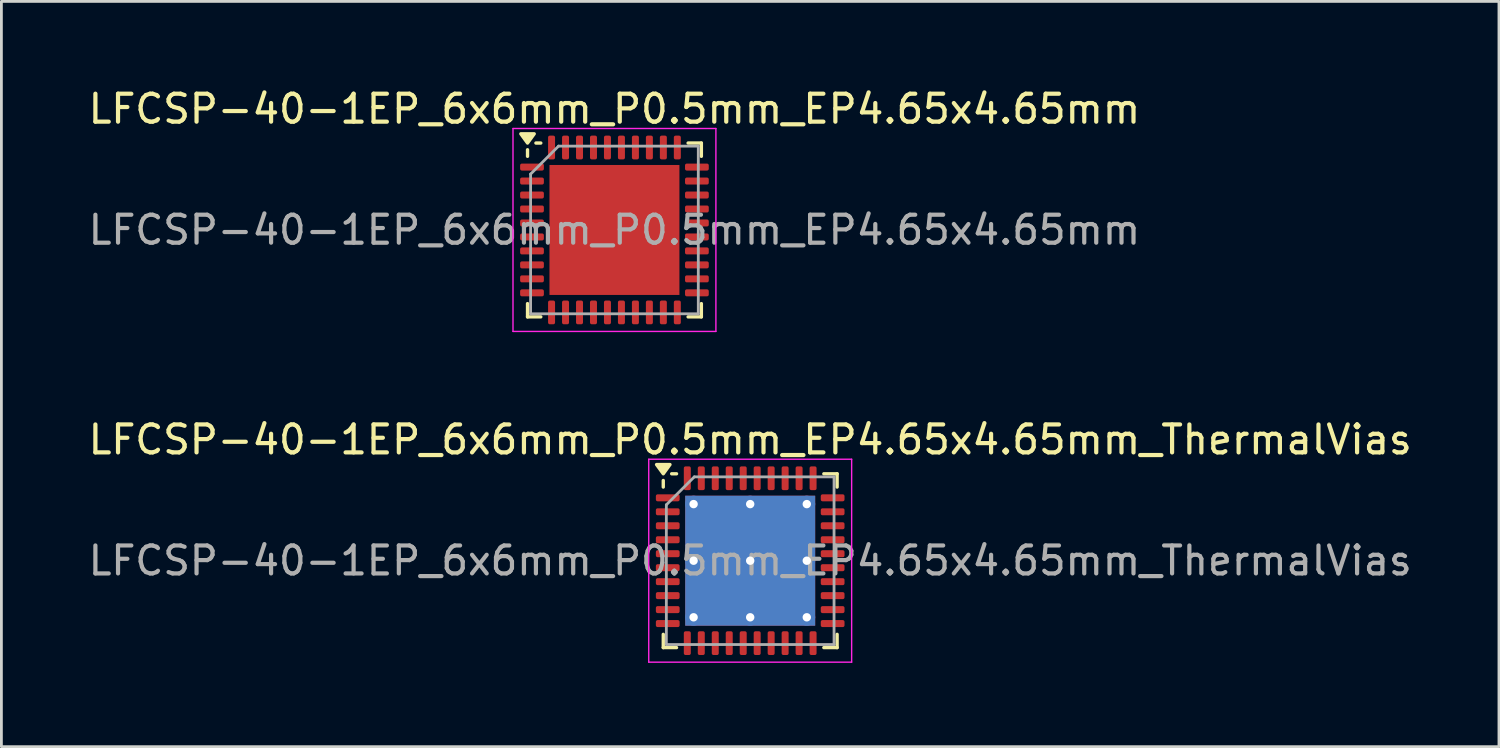
<source format=kicad_pcb>
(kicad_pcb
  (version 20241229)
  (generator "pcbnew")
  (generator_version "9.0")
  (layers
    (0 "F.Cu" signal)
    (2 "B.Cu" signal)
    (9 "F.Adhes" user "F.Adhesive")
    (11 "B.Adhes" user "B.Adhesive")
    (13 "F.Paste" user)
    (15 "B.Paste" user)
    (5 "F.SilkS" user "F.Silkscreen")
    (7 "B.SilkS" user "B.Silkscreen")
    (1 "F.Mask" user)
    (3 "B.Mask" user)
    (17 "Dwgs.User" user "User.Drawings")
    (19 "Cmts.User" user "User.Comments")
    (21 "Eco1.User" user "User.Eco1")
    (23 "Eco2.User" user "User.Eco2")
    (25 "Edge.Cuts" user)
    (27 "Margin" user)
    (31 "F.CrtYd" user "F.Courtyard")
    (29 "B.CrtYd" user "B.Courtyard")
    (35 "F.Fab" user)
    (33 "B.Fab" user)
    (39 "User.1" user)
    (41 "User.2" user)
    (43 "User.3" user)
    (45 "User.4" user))
  (footprint "LFCSP-40-1EP_6x6mm_P0.5mm_EP4.65x4.65mm_ThermalVias"
    (layer "F.Cu")
    (at 23.792 17.012)
    (property "Reference" "LFCSP-40-1EP_6x6mm_P0.5mm_EP4.65x4.65mm_ThermalVias" (at 0 -4.33 0) (layer "F.SilkS") (effects (font (size 1 1) (thickness 0.15))))
    (attr smd)
    (fp_line (start -3.11 -2.635) (end -3.11 -2.87) (stroke (width 0.12) (type solid)) (layer "F.SilkS"))
    (fp_line (start -3.11 3.11) (end -3.11 2.635) (stroke (width 0.12) (type solid)) (layer "F.SilkS"))
    (fp_line (start -2.635 -3.11) (end -2.81 -3.11) (stroke (width 0.12) (type solid)) (layer "F.SilkS"))
    (fp_line (start -2.635 3.11) (end -3.11 3.11) (stroke (width 0.12) (type solid)) (layer "F.SilkS"))
    (fp_line (start 2.635 -3.11) (end 3.11 -3.11) (stroke (width 0.12) (type solid)) (layer "F.SilkS"))
    (fp_line (start 2.635 3.11) (end 3.11 3.11) (stroke (width 0.12) (type solid)) (layer "F.SilkS"))
    (fp_line (start 3.11 -3.11) (end 3.11 -2.635) (stroke (width 0.12) (type solid)) (layer "F.SilkS"))
    (fp_line (start 3.11 3.11) (end 3.11 2.635) (stroke (width 0.12) (type solid)) (layer "F.SilkS"))
    (fp_poly (pts (xy -3.11 -3.11) (xy -3.35 -3.44) (xy -2.87 -3.44) (xy -3.11 -3.11)) (stroke (width 0.12) (type solid)) (fill yes) (layer "F.SilkS"))
    (fp_line (start -3.63 -3.63) (end -3.63 3.63) (stroke (width 0.05) (type solid)) (layer "F.CrtYd"))
    (fp_line (start -3.63 3.63) (end 3.63 3.63) (stroke (width 0.05) (type solid)) (layer "F.CrtYd"))
    (fp_line (start 3.63 -3.63) (end -3.63 -3.63) (stroke (width 0.05) (type solid)) (layer "F.CrtYd"))
    (fp_line (start 3.63 3.63) (end 3.63 -3.63) (stroke (width 0.05) (type solid)) (layer "F.CrtYd"))
    (fp_line (start -3 -2) (end -2 -3) (stroke (width 0.1) (type solid)) (layer "F.Fab"))
    (fp_line (start -3 3) (end -3 -2) (stroke (width 0.1) (type solid)) (layer "F.Fab"))
    (fp_line (start -2 -3) (end 3 -3) (stroke (width 0.1) (type solid)) (layer "F.Fab"))
    (fp_line (start 3 -3) (end 3 3) (stroke (width 0.1) (type solid)) (layer "F.Fab"))
    (fp_line (start 3 3) (end -3 3) (stroke (width 0.1) (type solid)) (layer "F.Fab"))
    (fp_text user "${REFERENCE}" (at 0 0 0) (layer "F.Fab") (effects (font (size 1 1) (thickness 0.15))))
    (pad "" smd custom (at -1.09 -1.09) (size 1.752 1.752) (layers "F.Paste") (options (anchor circle)) (primitives (gr_poly (pts (xy -0.779 -0.619) (xy -0.619 -0.779) (xy 0.619 -0.779) (xy 0.779 -0.619) (xy 0.779 0.619) (xy 0.619 0.779) (xy -0.619 0.779) (xy -0.779 0.619)) (width 0.387) (fill yes))))
    (pad "" smd custom (at -1.09 1.08) (size 1.752 1.752) (layers "F.Paste") (options (anchor circle)) (primitives (gr_poly (pts (xy -0.779 -0.619) (xy -0.619 -0.779) (xy 0.619 -0.779) (xy 0.779 -0.619) (xy 0.779 0.619) (xy 0.619 0.779) (xy -0.619 0.779) (xy -0.779 0.619)) (width 0.387) (fill yes))))
    (pad "" smd custom (at 1.08 -1.09) (size 1.752 1.752) (layers "F.Paste") (options (anchor circle)) (primitives (gr_poly (pts (xy -0.779 -0.619) (xy -0.619 -0.779) (xy 0.619 -0.779) (xy 0.779 -0.619) (xy 0.779 0.619) (xy 0.619 0.779) (xy -0.619 0.779) (xy -0.779 0.619)) (width 0.387) (fill yes))))
    (pad "" smd custom (at 1.09 1.08) (size 1.752 1.752) (layers "F.Paste") (options (anchor circle)) (primitives (gr_poly (pts (xy -0.779 -0.619) (xy -0.619 -0.779) (xy 0.619 -0.779) (xy 0.779 -0.619) (xy 0.779 0.619) (xy 0.619 0.779) (xy -0.619 0.779) (xy -0.779 0.619)) (width 0.387) (fill yes))))
    (pad "1" smd roundrect (at -2.95 -2.25) (size 0.85 0.25) (layers "F.Cu" "F.Mask" "F.Paste") (roundrect_rratio 0.25))
    (pad "2" smd roundrect (at -2.95 -1.75) (size 0.85 0.25) (layers "F.Cu" "F.Mask" "F.Paste") (roundrect_rratio 0.25))
    (pad "3" smd roundrect (at -2.95 -1.25) (size 0.85 0.25) (layers "F.Cu" "F.Mask" "F.Paste") (roundrect_rratio 0.25))
    (pad "4" smd roundrect (at -2.95 -0.75) (size 0.85 0.25) (layers "F.Cu" "F.Mask" "F.Paste") (roundrect_rratio 0.25))
    (pad "5" smd roundrect (at -2.95 -0.25) (size 0.85 0.25) (layers "F.Cu" "F.Mask" "F.Paste") (roundrect_rratio 0.25))
    (pad "6" smd roundrect (at -2.95 0.25) (size 0.85 0.25) (layers "F.Cu" "F.Mask" "F.Paste") (roundrect_rratio 0.25))
    (pad "7" smd roundrect (at -2.95 0.75) (size 0.85 0.25) (layers "F.Cu" "F.Mask" "F.Paste") (roundrect_rratio 0.25))
    (pad "8" smd roundrect (at -2.95 1.25) (size 0.85 0.25) (layers "F.Cu" "F.Mask" "F.Paste") (roundrect_rratio 0.25))
    (pad "9" smd roundrect (at -2.95 1.75) (size 0.85 0.25) (layers "F.Cu" "F.Mask" "F.Paste") (roundrect_rratio 0.25))
    (pad "10" smd roundrect (at -2.95 2.25) (size 0.85 0.25) (layers "F.Cu" "F.Mask" "F.Paste") (roundrect_rratio 0.25))
    (pad "11" smd roundrect (at -2.25 2.95) (size 0.25 0.85) (layers "F.Cu" "F.Mask" "F.Paste") (roundrect_rratio 0.25))
    (pad "12" smd roundrect (at -1.75 2.95) (size 0.25 0.85) (layers "F.Cu" "F.Mask" "F.Paste") (roundrect_rratio 0.25))
    (pad "13" smd roundrect (at -1.25 2.95) (size 0.25 0.85) (layers "F.Cu" "F.Mask" "F.Paste") (roundrect_rratio 0.25))
    (pad "14" smd roundrect (at -0.75 2.95) (size 0.25 0.85) (layers "F.Cu" "F.Mask" "F.Paste") (roundrect_rratio 0.25))
    (pad "15" smd roundrect (at -0.25 2.95) (size 0.25 0.85) (layers "F.Cu" "F.Mask" "F.Paste") (roundrect_rratio 0.25))
    (pad "16" smd roundrect (at 0.25 2.95) (size 0.25 0.85) (layers "F.Cu" "F.Mask" "F.Paste") (roundrect_rratio 0.25))
    (pad "17" smd roundrect (at 0.75 2.95) (size 0.25 0.85) (layers "F.Cu" "F.Mask" "F.Paste") (roundrect_rratio 0.25))
    (pad "18" smd roundrect (at 1.25 2.95) (size 0.25 0.85) (layers "F.Cu" "F.Mask" "F.Paste") (roundrect_rratio 0.25))
    (pad "19" smd roundrect (at 1.75 2.95) (size 0.25 0.85) (layers "F.Cu" "F.Mask" "F.Paste") (roundrect_rratio 0.25))
    (pad "20" smd roundrect (at 2.25 2.95) (size 0.25 0.85) (layers "F.Cu" "F.Mask" "F.Paste") (roundrect_rratio 0.25))
    (pad "21" smd roundrect (at 2.95 2.25) (size 0.85 0.25) (layers "F.Cu" "F.Mask" "F.Paste") (roundrect_rratio 0.25))
    (pad "22" smd roundrect (at 2.95 1.75) (size 0.85 0.25) (layers "F.Cu" "F.Mask" "F.Paste") (roundrect_rratio 0.25))
    (pad "23" smd roundrect (at 2.95 1.25) (size 0.85 0.25) (layers "F.Cu" "F.Mask" "F.Paste") (roundrect_rratio 0.25))
    (pad "24" smd roundrect (at 2.95 0.75) (size 0.85 0.25) (layers "F.Cu" "F.Mask" "F.Paste") (roundrect_rratio 0.25))
    (pad "25" smd roundrect (at 2.95 0.25) (size 0.85 0.25) (layers "F.Cu" "F.Mask" "F.Paste") (roundrect_rratio 0.25))
    (pad "26" smd roundrect (at 2.95 -0.25) (size 0.85 0.25) (layers "F.Cu" "F.Mask" "F.Paste") (roundrect_rratio 0.25))
    (pad "27" smd roundrect (at 2.95 -0.75) (size 0.85 0.25) (layers "F.Cu" "F.Mask" "F.Paste") (roundrect_rratio 0.25))
    (pad "28" smd roundrect (at 2.95 -1.25) (size 0.85 0.25) (layers "F.Cu" "F.Mask" "F.Paste") (roundrect_rratio 0.25))
    (pad "29" smd roundrect (at 2.95 -1.75) (size 0.85 0.25) (layers "F.Cu" "F.Mask" "F.Paste") (roundrect_rratio 0.25))
    (pad "30" smd roundrect (at 2.95 -2.25) (size 0.85 0.25) (layers "F.Cu" "F.Mask" "F.Paste") (roundrect_rratio 0.25))
    (pad "31" smd roundrect (at 2.25 -2.95) (size 0.25 0.85) (layers "F.Cu" "F.Mask" "F.Paste") (roundrect_rratio 0.25))
    (pad "32" smd roundrect (at 1.75 -2.95) (size 0.25 0.85) (layers "F.Cu" "F.Mask" "F.Paste") (roundrect_rratio 0.25))
    (pad "33" smd roundrect (at 1.25 -2.95) (size 0.25 0.85) (layers "F.Cu" "F.Mask" "F.Paste") (roundrect_rratio 0.25))
    (pad "34" smd roundrect (at 0.75 -2.95) (size 0.25 0.85) (layers "F.Cu" "F.Mask" "F.Paste") (roundrect_rratio 0.25))
    (pad "35" smd roundrect (at 0.25 -2.95) (size 0.25 0.85) (layers "F.Cu" "F.Mask" "F.Paste") (roundrect_rratio 0.25))
    (pad "36" smd roundrect (at -0.25 -2.95) (size 0.25 0.85) (layers "F.Cu" "F.Mask" "F.Paste") (roundrect_rratio 0.25))
    (pad "37" smd roundrect (at -0.75 -2.95) (size 0.25 0.85) (layers "F.Cu" "F.Mask" "F.Paste") (roundrect_rratio 0.25))
    (pad "38" smd roundrect (at -1.25 -2.95) (size 0.25 0.85) (layers "F.Cu" "F.Mask" "F.Paste") (roundrect_rratio 0.25))
    (pad "39" smd roundrect (at -1.75 -2.95) (size 0.25 0.85) (layers "F.Cu" "F.Mask" "F.Paste") (roundrect_rratio 0.25))
    (pad "40" smd roundrect (at -2.25 -2.95) (size 0.25 0.85) (layers "F.Cu" "F.Mask" "F.Paste") (roundrect_rratio 0.25))
    (pad "41" thru_hole circle (at -2.025 -2.025) (size 0.6 0.6) (drill 0.3) (property pad_prop_heatsink) (layers "*.Cu"))
    (pad "41" thru_hole circle (at -2.025 0) (size 0.6 0.6) (drill 0.3) (property pad_prop_heatsink) (layers "*.Cu"))
    (pad "41" thru_hole circle (at -2.025 2.025) (size 0.6 0.6) (drill 0.3) (property pad_prop_heatsink) (layers "*.Cu"))
    (pad "41" thru_hole circle (at 0 -2.025) (size 0.6 0.6) (drill 0.3) (property pad_prop_heatsink) (layers "*.Cu"))
    (pad "41" thru_hole circle (at 0 0) (size 0.6 0.6) (drill 0.3) (property pad_prop_heatsink) (layers "*.Cu"))
    (pad "41" smd rect (at 0 0) (size 4.65 4.65) (property pad_prop_heatsink) (layers "F.Cu" "F.Mask"))
    (pad "41" smd rect (at 0 0) (size 4.65 4.65) (property pad_prop_heatsink) (layers "B.Cu"))
    (pad "41" thru_hole circle (at 0 2.025) (size 0.6 0.6) (drill 0.3) (property pad_prop_heatsink) (layers "*.Cu"))
    (pad "41" thru_hole circle (at 2.025 -2.025) (size 0.6 0.6) (drill 0.3) (property pad_prop_heatsink) (layers "*.Cu"))
    (pad "41" thru_hole circle (at 2.025 0) (size 0.6 0.6) (drill 0.3) (property pad_prop_heatsink) (layers "*.Cu"))
    (pad "41" thru_hole circle (at 2.025 2.025) (size 0.6 0.6) (drill 0.3) (property pad_prop_heatsink) (layers "*.Cu")))
  (footprint "LFCSP-40-1EP_6x6mm_P0.5mm_EP4.65x4.65mm"
    (layer "F.Cu")
    (at 18.935 5.178)
    (property "Reference" "LFCSP-40-1EP_6x6mm_P0.5mm_EP4.65x4.65mm" (at 0 -4.33 0) (layer "F.SilkS") (effects (font (size 1 1) (thickness 0.15))))
    (attr smd)
    (fp_line (start -3.11 -2.635) (end -3.11 -2.87) (stroke (width 0.12) (type solid)) (layer "F.SilkS"))
    (fp_line (start -3.11 3.11) (end -3.11 2.635) (stroke (width 0.12) (type solid)) (layer "F.SilkS"))
    (fp_line (start -2.635 -3.11) (end -2.81 -3.11) (stroke (width 0.12) (type solid)) (layer "F.SilkS"))
    (fp_line (start -2.635 3.11) (end -3.11 3.11) (stroke (width 0.12) (type solid)) (layer "F.SilkS"))
    (fp_line (start 2.635 -3.11) (end 3.11 -3.11) (stroke (width 0.12) (type solid)) (layer "F.SilkS"))
    (fp_line (start 2.635 3.11) (end 3.11 3.11) (stroke (width 0.12) (type solid)) (layer "F.SilkS"))
    (fp_line (start 3.11 -3.11) (end 3.11 -2.635) (stroke (width 0.12) (type solid)) (layer "F.SilkS"))
    (fp_line (start 3.11 3.11) (end 3.11 2.635) (stroke (width 0.12) (type solid)) (layer "F.SilkS"))
    (fp_poly (pts (xy -3.11 -3.11) (xy -3.35 -3.44) (xy -2.87 -3.44) (xy -3.11 -3.11)) (stroke (width 0.12) (type solid)) (fill yes) (layer "F.SilkS"))
    (fp_line (start -3.63 -3.63) (end -3.63 3.63) (stroke (width 0.05) (type solid)) (layer "F.CrtYd"))
    (fp_line (start -3.63 3.63) (end 3.63 3.63) (stroke (width 0.05) (type solid)) (layer "F.CrtYd"))
    (fp_line (start 3.63 -3.63) (end -3.63 -3.63) (stroke (width 0.05) (type solid)) (layer "F.CrtYd"))
    (fp_line (start 3.63 3.63) (end 3.63 -3.63) (stroke (width 0.05) (type solid)) (layer "F.CrtYd"))
    (fp_line (start -3 -2) (end -2 -3) (stroke (width 0.1) (type solid)) (layer "F.Fab"))
    (fp_line (start -3 3) (end -3 -2) (stroke (width 0.1) (type solid)) (layer "F.Fab"))
    (fp_line (start -2 -3) (end 3 -3) (stroke (width 0.1) (type solid)) (layer "F.Fab"))
    (fp_line (start 3 -3) (end 3 3) (stroke (width 0.1) (type solid)) (layer "F.Fab"))
    (fp_line (start 3 3) (end -3 3) (stroke (width 0.1) (type solid)) (layer "F.Fab"))
    (fp_text user "${REFERENCE}" (at 0 0 0) (layer "F.Fab") (effects (font (size 1 1) (thickness 0.15))))
    (pad "" smd roundrect (at -1.16 -1.16) (size 1.87 1.87) (layers "F.Paste") (roundrect_rratio 0.134))
    (pad "" smd roundrect (at -1.16 1.16) (size 1.87 1.87) (layers "F.Paste") (roundrect_rratio 0.134))
    (pad "" smd roundrect (at 1.16 -1.16) (size 1.87 1.87) (layers "F.Paste") (roundrect_rratio 0.134))
    (pad "" smd roundrect (at 1.16 1.16) (size 1.87 1.87) (layers "F.Paste") (roundrect_rratio 0.134))
    (pad "1" smd roundrect (at -2.95 -2.25) (size 0.85 0.25) (layers "F.Cu" "F.Mask" "F.Paste") (roundrect_rratio 0.25))
    (pad "2" smd roundrect (at -2.95 -1.75) (size 0.85 0.25) (layers "F.Cu" "F.Mask" "F.Paste") (roundrect_rratio 0.25))
    (pad "3" smd roundrect (at -2.95 -1.25) (size 0.85 0.25) (layers "F.Cu" "F.Mask" "F.Paste") (roundrect_rratio 0.25))
    (pad "4" smd roundrect (at -2.95 -0.75) (size 0.85 0.25) (layers "F.Cu" "F.Mask" "F.Paste") (roundrect_rratio 0.25))
    (pad "5" smd roundrect (at -2.95 -0.25) (size 0.85 0.25) (layers "F.Cu" "F.Mask" "F.Paste") (roundrect_rratio 0.25))
    (pad "6" smd roundrect (at -2.95 0.25) (size 0.85 0.25) (layers "F.Cu" "F.Mask" "F.Paste") (roundrect_rratio 0.25))
    (pad "7" smd roundrect (at -2.95 0.75) (size 0.85 0.25) (layers "F.Cu" "F.Mask" "F.Paste") (roundrect_rratio 0.25))
    (pad "8" smd roundrect (at -2.95 1.25) (size 0.85 0.25) (layers "F.Cu" "F.Mask" "F.Paste") (roundrect_rratio 0.25))
    (pad "9" smd roundrect (at -2.95 1.75) (size 0.85 0.25) (layers "F.Cu" "F.Mask" "F.Paste") (roundrect_rratio 0.25))
    (pad "10" smd roundrect (at -2.95 2.25) (size 0.85 0.25) (layers "F.Cu" "F.Mask" "F.Paste") (roundrect_rratio 0.25))
    (pad "11" smd roundrect (at -2.25 2.95) (size 0.25 0.85) (layers "F.Cu" "F.Mask" "F.Paste") (roundrect_rratio 0.25))
    (pad "12" smd roundrect (at -1.75 2.95) (size 0.25 0.85) (layers "F.Cu" "F.Mask" "F.Paste") (roundrect_rratio 0.25))
    (pad "13" smd roundrect (at -1.25 2.95) (size 0.25 0.85) (layers "F.Cu" "F.Mask" "F.Paste") (roundrect_rratio 0.25))
    (pad "14" smd roundrect (at -0.75 2.95) (size 0.25 0.85) (layers "F.Cu" "F.Mask" "F.Paste") (roundrect_rratio 0.25))
    (pad "15" smd roundrect (at -0.25 2.95) (size 0.25 0.85) (layers "F.Cu" "F.Mask" "F.Paste") (roundrect_rratio 0.25))
    (pad "16" smd roundrect (at 0.25 2.95) (size 0.25 0.85) (layers "F.Cu" "F.Mask" "F.Paste") (roundrect_rratio 0.25))
    (pad "17" smd roundrect (at 0.75 2.95) (size 0.25 0.85) (layers "F.Cu" "F.Mask" "F.Paste") (roundrect_rratio 0.25))
    (pad "18" smd roundrect (at 1.25 2.95) (size 0.25 0.85) (layers "F.Cu" "F.Mask" "F.Paste") (roundrect_rratio 0.25))
    (pad "19" smd roundrect (at 1.75 2.95) (size 0.25 0.85) (layers "F.Cu" "F.Mask" "F.Paste") (roundrect_rratio 0.25))
    (pad "20" smd roundrect (at 2.25 2.95) (size 0.25 0.85) (layers "F.Cu" "F.Mask" "F.Paste") (roundrect_rratio 0.25))
    (pad "21" smd roundrect (at 2.95 2.25) (size 0.85 0.25) (layers "F.Cu" "F.Mask" "F.Paste") (roundrect_rratio 0.25))
    (pad "22" smd roundrect (at 2.95 1.75) (size 0.85 0.25) (layers "F.Cu" "F.Mask" "F.Paste") (roundrect_rratio 0.25))
    (pad "23" smd roundrect (at 2.95 1.25) (size 0.85 0.25) (layers "F.Cu" "F.Mask" "F.Paste") (roundrect_rratio 0.25))
    (pad "24" smd roundrect (at 2.95 0.75) (size 0.85 0.25) (layers "F.Cu" "F.Mask" "F.Paste") (roundrect_rratio 0.25))
    (pad "25" smd roundrect (at 2.95 0.25) (size 0.85 0.25) (layers "F.Cu" "F.Mask" "F.Paste") (roundrect_rratio 0.25))
    (pad "26" smd roundrect (at 2.95 -0.25) (size 0.85 0.25) (layers "F.Cu" "F.Mask" "F.Paste") (roundrect_rratio 0.25))
    (pad "27" smd roundrect (at 2.95 -0.75) (size 0.85 0.25) (layers "F.Cu" "F.Mask" "F.Paste") (roundrect_rratio 0.25))
    (pad "28" smd roundrect (at 2.95 -1.25) (size 0.85 0.25) (layers "F.Cu" "F.Mask" "F.Paste") (roundrect_rratio 0.25))
    (pad "29" smd roundrect (at 2.95 -1.75) (size 0.85 0.25) (layers "F.Cu" "F.Mask" "F.Paste") (roundrect_rratio 0.25))
    (pad "30" smd roundrect (at 2.95 -2.25) (size 0.85 0.25) (layers "F.Cu" "F.Mask" "F.Paste") (roundrect_rratio 0.25))
    (pad "31" smd roundrect (at 2.25 -2.95) (size 0.25 0.85) (layers "F.Cu" "F.Mask" "F.Paste") (roundrect_rratio 0.25))
    (pad "32" smd roundrect (at 1.75 -2.95) (size 0.25 0.85) (layers "F.Cu" "F.Mask" "F.Paste") (roundrect_rratio 0.25))
    (pad "33" smd roundrect (at 1.25 -2.95) (size 0.25 0.85) (layers "F.Cu" "F.Mask" "F.Paste") (roundrect_rratio 0.25))
    (pad "34" smd roundrect (at 0.75 -2.95) (size 0.25 0.85) (layers "F.Cu" "F.Mask" "F.Paste") (roundrect_rratio 0.25))
    (pad "35" smd roundrect (at 0.25 -2.95) (size 0.25 0.85) (layers "F.Cu" "F.Mask" "F.Paste") (roundrect_rratio 0.25))
    (pad "36" smd roundrect (at -0.25 -2.95) (size 0.25 0.85) (layers "F.Cu" "F.Mask" "F.Paste") (roundrect_rratio 0.25))
    (pad "37" smd roundrect (at -0.75 -2.95) (size 0.25 0.85) (layers "F.Cu" "F.Mask" "F.Paste") (roundrect_rratio 0.25))
    (pad "38" smd roundrect (at -1.25 -2.95) (size 0.25 0.85) (layers "F.Cu" "F.Mask" "F.Paste") (roundrect_rratio 0.25))
    (pad "39" smd roundrect (at -1.75 -2.95) (size 0.25 0.85) (layers "F.Cu" "F.Mask" "F.Paste") (roundrect_rratio 0.25))
    (pad "40" smd roundrect (at -2.25 -2.95) (size 0.25 0.85) (layers "F.Cu" "F.Mask" "F.Paste") (roundrect_rratio 0.25))
    (pad "41" smd rect (at 0 0) (size 4.65 4.65) (property pad_prop_heatsink) (layers "F.Cu" "F.Mask")))
  (gr_rect
    (start -3 -3)
    (end 50.583 23.666)
    (stroke (width 0.1) (type default))
    (fill no)
    (layer "Edge.Cuts")))
</source>
